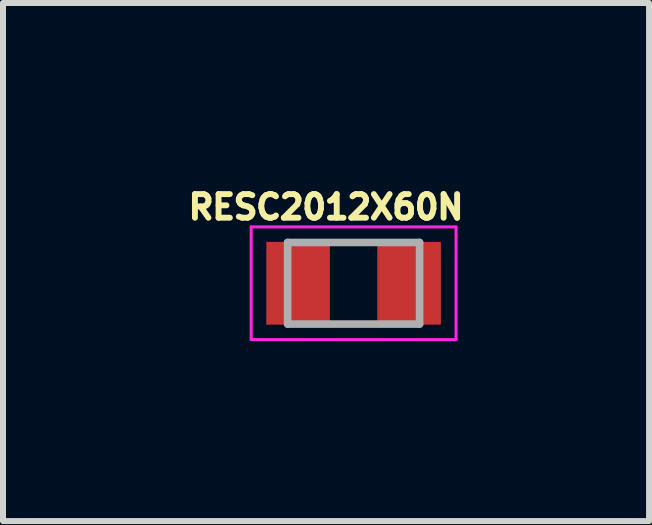
<source format=kicad_pcb>
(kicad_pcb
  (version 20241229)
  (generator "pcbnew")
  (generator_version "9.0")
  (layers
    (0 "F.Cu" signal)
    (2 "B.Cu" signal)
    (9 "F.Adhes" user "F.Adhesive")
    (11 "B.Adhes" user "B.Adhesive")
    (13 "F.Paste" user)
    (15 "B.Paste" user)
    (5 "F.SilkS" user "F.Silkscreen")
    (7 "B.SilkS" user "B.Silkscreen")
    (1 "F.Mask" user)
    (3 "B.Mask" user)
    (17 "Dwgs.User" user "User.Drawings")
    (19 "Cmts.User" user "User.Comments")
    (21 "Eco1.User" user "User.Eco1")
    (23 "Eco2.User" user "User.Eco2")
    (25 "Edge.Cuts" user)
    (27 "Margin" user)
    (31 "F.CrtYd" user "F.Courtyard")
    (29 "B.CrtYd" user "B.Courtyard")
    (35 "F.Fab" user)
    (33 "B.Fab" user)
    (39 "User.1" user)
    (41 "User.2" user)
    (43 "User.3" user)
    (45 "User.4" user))
  (footprint "RESC2012X60N"
    (layer "F.Cu")
    (at 2.846 1.673)
    (property "Reference" "RESC2012X60N" (at -0.46 -1.27 0) (layer "F.SilkS") (effects (font (size 0.394 0.394) (thickness 0.15))))
    (attr smd)
    (fp_line (start -1.708 -0.94) (end 1.708 -0.94) (stroke (width 0.05) (type solid)) (layer "F.CrtYd"))
    (fp_line (start -1.708 0.94) (end -1.708 -0.94) (stroke (width 0.05) (type solid)) (layer "F.CrtYd"))
    (fp_line (start -1.708 0.94) (end 1.708 0.94) (stroke (width 0.05) (type solid)) (layer "F.CrtYd"))
    (fp_line (start 1.708 0.94) (end 1.708 -0.94) (stroke (width 0.05) (type solid)) (layer "F.CrtYd"))
    (fp_line (start -1.1 0.68) (end -1.1 -0.68) (stroke (width 0.127) (type solid)) (layer "F.Fab"))
    (fp_line (start 1.1 -0.68) (end -1.1 -0.68) (stroke (width 0.127) (type solid)) (layer "F.Fab"))
    (fp_line (start 1.1 0.68) (end -1.1 0.68) (stroke (width 0.127) (type solid)) (layer "F.Fab"))
    (fp_line (start 1.1 0.68) (end 1.1 -0.68) (stroke (width 0.127) (type solid)) (layer "F.Fab"))
    (pad "1" smd rect (at -0.925 0) (size 1.06 1.38) (layers "F.Cu" "F.Mask" "F.Paste"))
    (pad "2" smd rect (at 0.925 0) (size 1.06 1.38) (layers "F.Cu" "F.Mask" "F.Paste")))
  (gr_rect
    (start -3 -3)
    (end 7.772 5.638)
    (stroke (width 0.1) (type default))
    (fill no)
    (layer "Edge.Cuts")))
</source>
